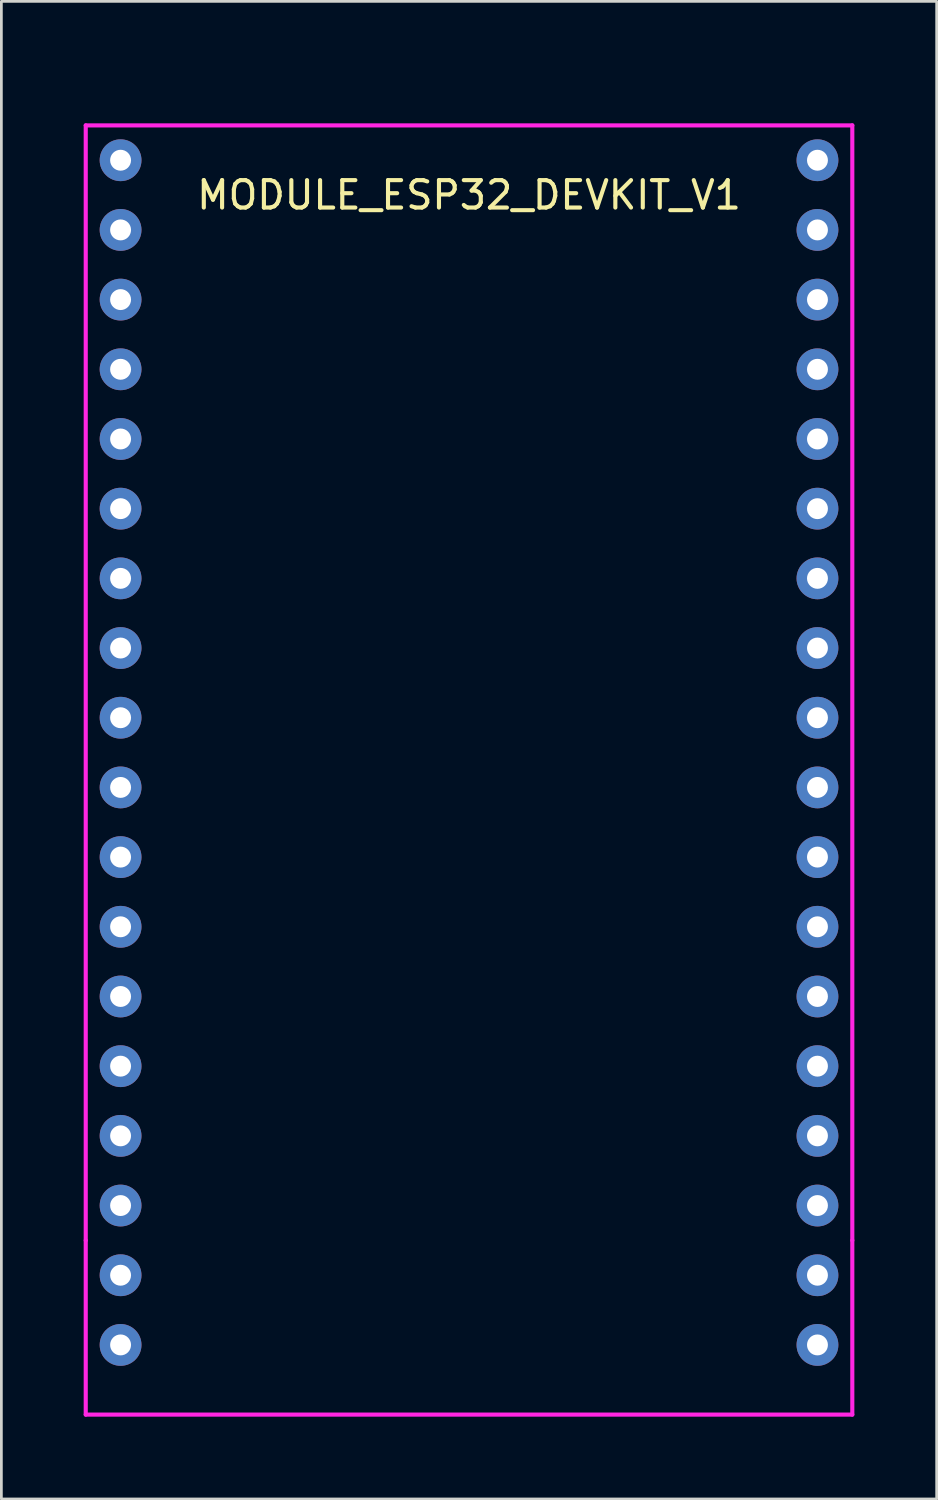
<source format=kicad_pcb>
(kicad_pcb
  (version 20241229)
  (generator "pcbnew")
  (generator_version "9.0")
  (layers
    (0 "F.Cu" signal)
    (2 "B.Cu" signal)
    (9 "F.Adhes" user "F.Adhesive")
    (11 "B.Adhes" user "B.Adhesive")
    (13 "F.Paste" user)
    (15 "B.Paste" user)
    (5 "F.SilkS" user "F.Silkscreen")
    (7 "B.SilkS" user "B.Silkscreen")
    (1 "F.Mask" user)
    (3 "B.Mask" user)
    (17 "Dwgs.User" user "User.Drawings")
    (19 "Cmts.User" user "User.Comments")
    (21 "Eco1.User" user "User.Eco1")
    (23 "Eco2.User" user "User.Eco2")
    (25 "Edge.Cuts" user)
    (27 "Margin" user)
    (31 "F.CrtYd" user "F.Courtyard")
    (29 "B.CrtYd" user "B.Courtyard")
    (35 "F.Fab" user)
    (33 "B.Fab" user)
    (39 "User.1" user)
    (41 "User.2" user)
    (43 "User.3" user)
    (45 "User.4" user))
  (footprint "MODULE_ESP32_DEVKIT_V1"
    (layer "F.Cu")
    (at 14.045 0.25)
    (property "Reference" "MODULE_ESP32_DEVKIT_V1" (at 0 3.81 0) (layer "F.SilkS") (effects (font (size 1 1) (thickness 0.15))))
    (attr through_hole)
    (fp_line (start -13.97 1.27) (end 13.97 1.27) (stroke (width 0.15) (type solid)) (layer "F.CrtYd"))
    (fp_line (start -13.97 41.91) (end -13.97 1.27) (stroke (width 0.15) (type solid)) (layer "F.CrtYd"))
    (fp_line (start -13.97 41.91) (end -13.97 48.26) (stroke (width 0.15) (type solid)) (layer "F.CrtYd"))
    (fp_line (start -13.97 48.26) (end 13.97 48.26) (stroke (width 0.15) (type solid)) (layer "F.CrtYd"))
    (fp_line (start 13.97 1.27) (end 13.97 41.91) (stroke (width 0.15) (type solid)) (layer "F.CrtYd"))
    (fp_line (start 13.97 48.26) (end 13.97 41.91) (stroke (width 0.15) (type solid)) (layer "F.CrtYd"))
    (pad "1" thru_hole circle (at -12.7 2.54) (size 1.524 1.524) (drill 0.762) (layers "*.Cu" "*.Mask"))
    (pad "2" thru_hole circle (at -12.7 5.08) (size 1.524 1.524) (drill 0.762) (layers "*.Cu" "*.Mask"))
    (pad "3" thru_hole circle (at -12.7 7.62) (size 1.524 1.524) (drill 0.762) (layers "*.Cu" "*.Mask"))
    (pad "4" thru_hole circle (at -12.7 10.16) (size 1.524 1.524) (drill 0.762) (layers "*.Cu" "*.Mask"))
    (pad "5" thru_hole circle (at -12.7 12.7) (size 1.524 1.524) (drill 0.762) (layers "*.Cu" "*.Mask"))
    (pad "6" thru_hole circle (at -12.7 15.24) (size 1.524 1.524) (drill 0.762) (layers "*.Cu" "*.Mask"))
    (pad "7" thru_hole circle (at -12.7 17.78) (size 1.524 1.524) (drill 0.762) (layers "*.Cu" "*.Mask"))
    (pad "8" thru_hole circle (at -12.7 20.32) (size 1.524 1.524) (drill 0.762) (layers "*.Cu" "*.Mask"))
    (pad "9" thru_hole circle (at -12.7 22.86) (size 1.524 1.524) (drill 0.762) (layers "*.Cu" "*.Mask"))
    (pad "10" thru_hole circle (at -12.7 25.4) (size 1.524 1.524) (drill 0.762) (layers "*.Cu" "*.Mask"))
    (pad "11" thru_hole circle (at -12.7 27.94) (size 1.524 1.524) (drill 0.762) (layers "*.Cu" "*.Mask"))
    (pad "12" thru_hole circle (at -12.7 30.48) (size 1.524 1.524) (drill 0.762) (layers "*.Cu" "*.Mask"))
    (pad "13" thru_hole circle (at -12.7 33.02) (size 1.524 1.524) (drill 0.762) (layers "*.Cu" "*.Mask"))
    (pad "14" thru_hole circle (at -12.7 35.56) (size 1.524 1.524) (drill 0.762) (layers "*.Cu" "*.Mask"))
    (pad "15" thru_hole circle (at -12.7 38.1) (size 1.524 1.524) (drill 0.762) (layers "*.Cu" "*.Mask"))
    (pad "16" thru_hole circle (at -12.7 40.64) (size 1.524 1.524) (drill 0.762) (layers "*.Cu" "*.Mask"))
    (pad "17" thru_hole circle (at -12.7 43.18) (size 1.524 1.524) (drill 0.762) (layers "*.Cu" "*.Mask"))
    (pad "18" thru_hole circle (at -12.7 45.72) (size 1.524 1.524) (drill 0.762) (layers "*.Cu" "*.Mask"))
    (pad "19" thru_hole circle (at 12.7 45.72) (size 1.524 1.524) (drill 0.762) (layers "*.Cu" "*.Mask"))
    (pad "20" thru_hole circle (at 12.7 43.18) (size 1.524 1.524) (drill 0.762) (layers "*.Cu" "*.Mask"))
    (pad "21" thru_hole circle (at 12.7 40.64) (size 1.524 1.524) (drill 0.762) (layers "*.Cu" "*.Mask"))
    (pad "22" thru_hole circle (at 12.7 38.1) (size 1.524 1.524) (drill 0.762) (layers "*.Cu" "*.Mask"))
    (pad "23" thru_hole circle (at 12.7 35.56) (size 1.524 1.524) (drill 0.762) (layers "*.Cu" "*.Mask"))
    (pad "24" thru_hole circle (at 12.7 33.02) (size 1.524 1.524) (drill 0.762) (layers "*.Cu" "*.Mask"))
    (pad "25" thru_hole circle (at 12.7 30.48) (size 1.524 1.524) (drill 0.762) (layers "*.Cu" "*.Mask"))
    (pad "26" thru_hole circle (at 12.7 27.94) (size 1.524 1.524) (drill 0.762) (layers "*.Cu" "*.Mask"))
    (pad "27" thru_hole circle (at 12.7 25.4) (size 1.524 1.524) (drill 0.762) (layers "*.Cu" "*.Mask"))
    (pad "28" thru_hole circle (at 12.7 22.86) (size 1.524 1.524) (drill 0.762) (layers "*.Cu" "*.Mask"))
    (pad "29" thru_hole circle (at 12.7 20.32) (size 1.524 1.524) (drill 0.762) (layers "*.Cu" "*.Mask"))
    (pad "30" thru_hole circle (at 12.7 17.78) (size 1.524 1.524) (drill 0.762) (layers "*.Cu" "*.Mask"))
    (pad "31" thru_hole circle (at 12.7 15.24) (size 1.524 1.524) (drill 0.762) (layers "*.Cu" "*.Mask"))
    (pad "32" thru_hole circle (at 12.7 12.7) (size 1.524 1.524) (drill 0.762) (layers "*.Cu" "*.Mask"))
    (pad "33" thru_hole circle (at 12.7 10.16) (size 1.524 1.524) (drill 0.762) (layers "*.Cu" "*.Mask"))
    (pad "34" thru_hole circle (at 12.7 7.62) (size 1.524 1.524) (drill 0.762) (layers "*.Cu" "*.Mask"))
    (pad "35" thru_hole circle (at 12.7 5.08) (size 1.524 1.524) (drill 0.762) (layers "*.Cu" "*.Mask"))
    (pad "36" thru_hole circle (at 12.7 2.54) (size 1.524 1.524) (drill 0.762) (layers "*.Cu" "*.Mask")))
  (gr_rect
    (start -3 -3)
    (end 31.09 51.585)
    (stroke (width 0.1) (type default))
    (fill no)
    (layer "Edge.Cuts")))
</source>
